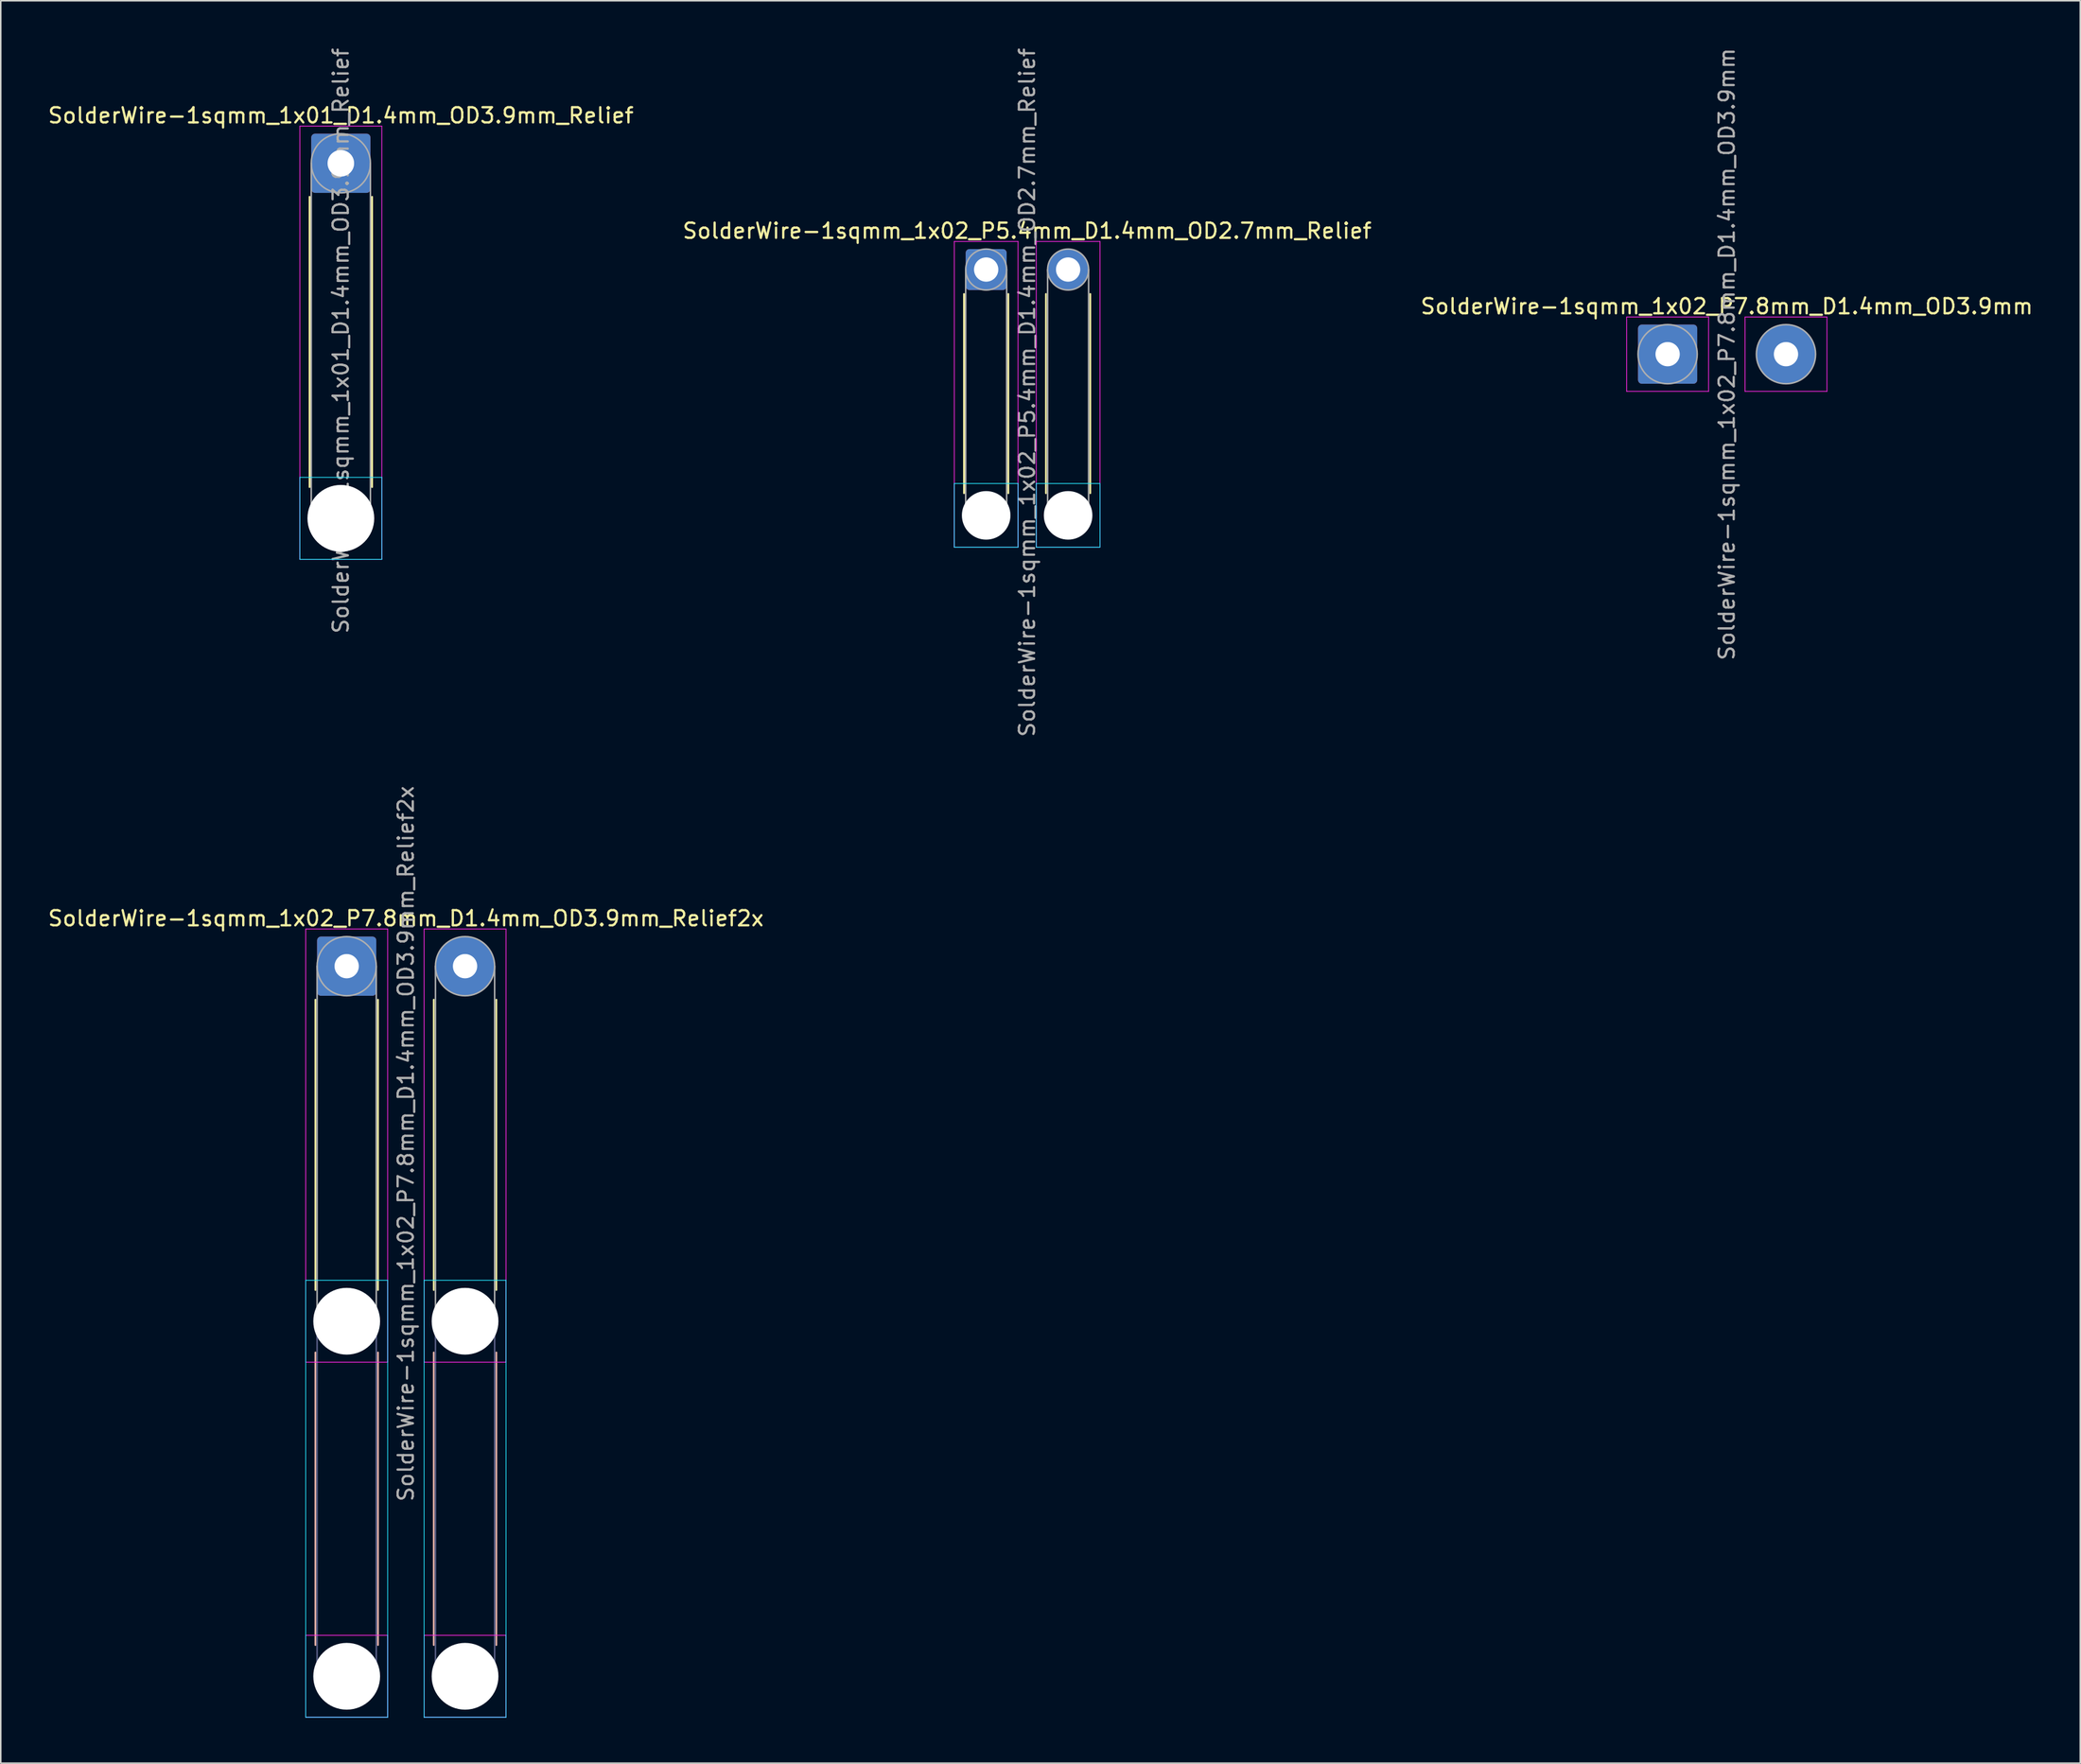
<source format=kicad_pcb>
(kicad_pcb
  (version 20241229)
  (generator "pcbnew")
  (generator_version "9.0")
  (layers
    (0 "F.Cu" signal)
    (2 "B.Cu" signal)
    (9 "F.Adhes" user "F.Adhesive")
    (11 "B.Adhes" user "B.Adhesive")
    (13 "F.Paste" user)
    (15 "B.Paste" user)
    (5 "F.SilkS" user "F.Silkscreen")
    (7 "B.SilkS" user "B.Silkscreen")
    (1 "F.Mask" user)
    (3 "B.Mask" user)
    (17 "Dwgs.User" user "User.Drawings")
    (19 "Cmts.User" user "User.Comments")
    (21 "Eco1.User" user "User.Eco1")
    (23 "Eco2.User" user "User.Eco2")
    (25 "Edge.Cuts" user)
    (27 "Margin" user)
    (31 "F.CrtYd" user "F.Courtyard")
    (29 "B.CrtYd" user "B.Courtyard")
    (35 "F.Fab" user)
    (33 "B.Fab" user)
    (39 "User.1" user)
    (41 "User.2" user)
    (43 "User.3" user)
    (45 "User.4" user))
  (footprint "SolderWire-1sqmm_1x02_P7.8mm_D1.4mm_OD3.9mm_Relief2x"
    (layer "F.Cu")
    (at 19.796 60.627)
    (property "Reference" "SolderWire-1sqmm_1x02_P7.8mm_D1.4mm_OD3.9mm_Relief2x" (at 3.9 -3.15 0) (layer "F.SilkS") (effects (font (size 1 1) (thickness 0.15))))
    (attr exclude_from_pos_files exclude_from_bom)
    (fp_line (start -2.06 2.21) (end -2.06 21.34) (stroke (width 0.12) (type solid)) (layer "F.SilkS"))
    (fp_line (start 2.06 2.21) (end 2.06 21.34) (stroke (width 0.12) (type solid)) (layer "F.SilkS"))
    (fp_line (start 5.74 2.21) (end 5.74 21.34) (stroke (width 0.12) (type solid)) (layer "F.SilkS"))
    (fp_line (start 9.86 2.21) (end 9.86 21.34) (stroke (width 0.12) (type solid)) (layer "F.SilkS"))
    (fp_line (start -2.06 25.46) (end -2.06 44.74) (stroke (width 0.12) (type solid)) (layer "B.SilkS"))
    (fp_line (start 2.06 25.46) (end 2.06 44.74) (stroke (width 0.12) (type solid)) (layer "B.SilkS"))
    (fp_line (start 5.74 25.46) (end 5.74 44.74) (stroke (width 0.12) (type solid)) (layer "B.SilkS"))
    (fp_line (start 9.86 25.46) (end 9.86 44.74) (stroke (width 0.12) (type solid)) (layer "B.SilkS"))
    (fp_line (start -2.7 20.7) (end -2.7 49.5) (stroke (width 0.05) (type solid)) (layer "B.CrtYd"))
    (fp_line (start -2.7 49.5) (end 2.7 49.5) (stroke (width 0.05) (type solid)) (layer "B.CrtYd"))
    (fp_line (start 2.7 20.7) (end -2.7 20.7) (stroke (width 0.05) (type solid)) (layer "B.CrtYd"))
    (fp_line (start 2.7 49.5) (end 2.7 20.7) (stroke (width 0.05) (type solid)) (layer "B.CrtYd"))
    (fp_line (start 5.1 20.7) (end 5.1 49.5) (stroke (width 0.05) (type solid)) (layer "B.CrtYd"))
    (fp_line (start 5.1 49.5) (end 10.5 49.5) (stroke (width 0.05) (type solid)) (layer "B.CrtYd"))
    (fp_line (start 10.5 20.7) (end 5.1 20.7) (stroke (width 0.05) (type solid)) (layer "B.CrtYd"))
    (fp_line (start 10.5 49.5) (end 10.5 20.7) (stroke (width 0.05) (type solid)) (layer "B.CrtYd"))
    (fp_line (start -2.7 -2.45) (end -2.7 26.1) (stroke (width 0.05) (type solid)) (layer "F.CrtYd"))
    (fp_line (start -2.7 26.1) (end 2.7 26.1) (stroke (width 0.05) (type solid)) (layer "F.CrtYd"))
    (fp_line (start -2.7 44.1) (end -2.7 49.5) (stroke (width 0.05) (type solid)) (layer "F.CrtYd"))
    (fp_line (start -2.7 49.5) (end 2.7 49.5) (stroke (width 0.05) (type solid)) (layer "F.CrtYd"))
    (fp_line (start 2.7 -2.45) (end -2.7 -2.45) (stroke (width 0.05) (type solid)) (layer "F.CrtYd"))
    (fp_line (start 2.7 26.1) (end 2.7 -2.45) (stroke (width 0.05) (type solid)) (layer "F.CrtYd"))
    (fp_line (start 2.7 44.1) (end -2.7 44.1) (stroke (width 0.05) (type solid)) (layer "F.CrtYd"))
    (fp_line (start 2.7 49.5) (end 2.7 44.1) (stroke (width 0.05) (type solid)) (layer "F.CrtYd"))
    (fp_line (start 5.1 -2.45) (end 5.1 26.1) (stroke (width 0.05) (type solid)) (layer "F.CrtYd"))
    (fp_line (start 5.1 26.1) (end 10.5 26.1) (stroke (width 0.05) (type solid)) (layer "F.CrtYd"))
    (fp_line (start 5.1 44.1) (end 5.1 49.5) (stroke (width 0.05) (type solid)) (layer "F.CrtYd"))
    (fp_line (start 5.1 49.5) (end 10.5 49.5) (stroke (width 0.05) (type solid)) (layer "F.CrtYd"))
    (fp_line (start 10.5 -2.45) (end 5.1 -2.45) (stroke (width 0.05) (type solid)) (layer "F.CrtYd"))
    (fp_line (start 10.5 26.1) (end 10.5 -2.45) (stroke (width 0.05) (type solid)) (layer "F.CrtYd"))
    (fp_line (start 10.5 44.1) (end 5.1 44.1) (stroke (width 0.05) (type solid)) (layer "F.CrtYd"))
    (fp_line (start 10.5 49.5) (end 10.5 44.1) (stroke (width 0.05) (type solid)) (layer "F.CrtYd"))
    (fp_line (start -1.95 23.4) (end -1.95 46.8) (stroke (width 0.1) (type solid)) (layer "B.Fab"))
    (fp_line (start 1.95 23.4) (end 1.95 46.8) (stroke (width 0.1) (type solid)) (layer "B.Fab"))
    (fp_line (start 5.85 23.4) (end 5.85 46.8) (stroke (width 0.1) (type solid)) (layer "B.Fab"))
    (fp_line (start 9.75 23.4) (end 9.75 46.8) (stroke (width 0.1) (type solid)) (layer "B.Fab"))
    (fp_circle (center 0 23.4) (end 1.95 23.4) (stroke (width 0.1) (type solid)) (fill no) (layer "B.Fab"))
    (fp_circle (center 0 46.8) (end 1.95 46.8) (stroke (width 0.1) (type solid)) (fill no) (layer "B.Fab"))
    (fp_circle (center 7.8 23.4) (end 9.75 23.4) (stroke (width 0.1) (type solid)) (fill no) (layer "B.Fab"))
    (fp_circle (center 7.8 46.8) (end 9.75 46.8) (stroke (width 0.1) (type solid)) (fill no) (layer "B.Fab"))
    (fp_line (start -1.95 0) (end -1.95 23.4) (stroke (width 0.1) (type solid)) (layer "F.Fab"))
    (fp_line (start 1.95 0) (end 1.95 23.4) (stroke (width 0.1) (type solid)) (layer "F.Fab"))
    (fp_line (start 5.85 0) (end 5.85 23.4) (stroke (width 0.1) (type solid)) (layer "F.Fab"))
    (fp_line (start 9.75 0) (end 9.75 23.4) (stroke (width 0.1) (type solid)) (layer "F.Fab"))
    (fp_circle (center 0 0) (end 1.95 0) (stroke (width 0.1) (type solid)) (fill no) (layer "F.Fab"))
    (fp_circle (center 0 23.4) (end 1.95 23.4) (stroke (width 0.1) (type solid)) (fill no) (layer "F.Fab"))
    (fp_circle (center 0 46.8) (end 1.95 46.8) (stroke (width 0.1) (type solid)) (fill no) (layer "F.Fab"))
    (fp_circle (center 7.8 0) (end 9.75 0) (stroke (width 0.1) (type solid)) (fill no) (layer "F.Fab"))
    (fp_circle (center 7.8 23.4) (end 9.75 23.4) (stroke (width 0.1) (type solid)) (fill no) (layer "F.Fab"))
    (fp_circle (center 7.8 46.8) (end 9.75 46.8) (stroke (width 0.1) (type solid)) (fill no) (layer "F.Fab"))
    (fp_text user "${REFERENCE}" (at 3.9 11.7 90) (layer "F.Fab") (effects (font (size 1 1) (thickness 0.15))))
    (pad "" np_thru_hole circle (at 0 23.4) (size 4.4 4.4) (drill 4.4) (layers "*.Cu" "*.Mask"))
    (pad "" np_thru_hole circle (at 0 46.8) (size 4.4 4.4) (drill 4.4) (layers "*.Cu" "*.Mask"))
    (pad "" np_thru_hole circle (at 7.8 23.4) (size 4.4 4.4) (drill 4.4) (layers "*.Cu" "*.Mask"))
    (pad "" np_thru_hole circle (at 7.8 46.8) (size 4.4 4.4) (drill 4.4) (layers "*.Cu" "*.Mask"))
    (pad "1" thru_hole roundrect (at 0 0) (size 3.9 3.9) (drill 1.6) (layers "*.Cu" "*.Mask") (roundrect_rratio 0.064))
    (pad "2" thru_hole circle (at 7.8 0) (size 3.9 3.9) (drill 1.6) (layers "*.Cu" "*.Mask")))
  (footprint "SolderWire-1sqmm_1x01_D1.4mm_OD3.9mm_Relief"
    (layer "F.Cu")
    (at 19.411 7.711)
    (property "Reference" "SolderWire-1sqmm_1x01_D1.4mm_OD3.9mm_Relief" (at 0 -3.15 0) (layer "F.SilkS") (effects (font (size 1 1) (thickness 0.15))))
    (attr exclude_from_pos_files exclude_from_bom)
    (fp_line (start -2.06 2.21) (end -2.06 21.34) (stroke (width 0.12) (type solid)) (layer "F.SilkS"))
    (fp_line (start 2.06 2.21) (end 2.06 21.34) (stroke (width 0.12) (type solid)) (layer "F.SilkS"))
    (fp_line (start -2.7 20.7) (end -2.7 26.1) (stroke (width 0.05) (type solid)) (layer "B.CrtYd"))
    (fp_line (start -2.7 26.1) (end 2.7 26.1) (stroke (width 0.05) (type solid)) (layer "B.CrtYd"))
    (fp_line (start 2.7 20.7) (end -2.7 20.7) (stroke (width 0.05) (type solid)) (layer "B.CrtYd"))
    (fp_line (start 2.7 26.1) (end 2.7 20.7) (stroke (width 0.05) (type solid)) (layer "B.CrtYd"))
    (fp_line (start -2.7 -2.45) (end -2.7 26.1) (stroke (width 0.05) (type solid)) (layer "F.CrtYd"))
    (fp_line (start -2.7 26.1) (end 2.7 26.1) (stroke (width 0.05) (type solid)) (layer "F.CrtYd"))
    (fp_line (start 2.7 -2.45) (end -2.7 -2.45) (stroke (width 0.05) (type solid)) (layer "F.CrtYd"))
    (fp_line (start 2.7 26.1) (end 2.7 -2.45) (stroke (width 0.05) (type solid)) (layer "F.CrtYd"))
    (fp_line (start -1.95 0) (end -1.95 23.4) (stroke (width 0.1) (type solid)) (layer "F.Fab"))
    (fp_line (start 1.95 0) (end 1.95 23.4) (stroke (width 0.1) (type solid)) (layer "F.Fab"))
    (fp_circle (center 0 0) (end 1.95 0) (stroke (width 0.1) (type solid)) (fill no) (layer "F.Fab"))
    (fp_circle (center 0 23.4) (end 1.95 23.4) (stroke (width 0.1) (type solid)) (fill no) (layer "F.Fab"))
    (fp_text user "${REFERENCE}" (at 0 11.7 90) (layer "F.Fab") (effects (font (size 1 1) (thickness 0.15))))
    (pad "" np_thru_hole circle (at 0 23.4) (size 4.4 4.4) (drill 4.4) (layers "*.Cu" "*.Mask"))
    (pad "1" thru_hole roundrect (at 0 0) (size 3.9 3.9) (drill 1.75) (layers "*.Cu" "*.Mask") (roundrect_rratio 0.064)))
  (footprint "SolderWire-1sqmm_1x02_P5.4mm_D1.4mm_OD2.7mm_Relief"
    (layer "F.Cu")
    (at 61.937 14.715)
    (property "Reference" "SolderWire-1sqmm_1x02_P5.4mm_D1.4mm_OD2.7mm_Relief" (at 2.7 -2.55 0) (layer "F.SilkS") (effects (font (size 1 1) (thickness 0.15))))
    (attr exclude_from_pos_files exclude_from_bom)
    (fp_line (start -1.46 1.61) (end -1.46 14.74) (stroke (width 0.12) (type solid)) (layer "F.SilkS"))
    (fp_line (start 1.46 1.61) (end 1.46 14.74) (stroke (width 0.12) (type solid)) (layer "F.SilkS"))
    (fp_line (start 3.94 1.61) (end 3.94 14.74) (stroke (width 0.12) (type solid)) (layer "F.SilkS"))
    (fp_line (start 6.86 1.61) (end 6.86 14.74) (stroke (width 0.12) (type solid)) (layer "F.SilkS"))
    (fp_line (start -2.1 14.1) (end -2.1 18.3) (stroke (width 0.05) (type solid)) (layer "B.CrtYd"))
    (fp_line (start -2.1 18.3) (end 2.1 18.3) (stroke (width 0.05) (type solid)) (layer "B.CrtYd"))
    (fp_line (start 2.1 14.1) (end -2.1 14.1) (stroke (width 0.05) (type solid)) (layer "B.CrtYd"))
    (fp_line (start 2.1 18.3) (end 2.1 14.1) (stroke (width 0.05) (type solid)) (layer "B.CrtYd"))
    (fp_line (start 3.3 14.1) (end 3.3 18.3) (stroke (width 0.05) (type solid)) (layer "B.CrtYd"))
    (fp_line (start 3.3 18.3) (end 7.5 18.3) (stroke (width 0.05) (type solid)) (layer "B.CrtYd"))
    (fp_line (start 7.5 14.1) (end 3.3 14.1) (stroke (width 0.05) (type solid)) (layer "B.CrtYd"))
    (fp_line (start 7.5 18.3) (end 7.5 14.1) (stroke (width 0.05) (type solid)) (layer "B.CrtYd"))
    (fp_line (start -2.1 -1.85) (end -2.1 18.3) (stroke (width 0.05) (type solid)) (layer "F.CrtYd"))
    (fp_line (start -2.1 18.3) (end 2.1 18.3) (stroke (width 0.05) (type solid)) (layer "F.CrtYd"))
    (fp_line (start 2.1 -1.85) (end -2.1 -1.85) (stroke (width 0.05) (type solid)) (layer "F.CrtYd"))
    (fp_line (start 2.1 18.3) (end 2.1 -1.85) (stroke (width 0.05) (type solid)) (layer "F.CrtYd"))
    (fp_line (start 3.3 -1.85) (end 3.3 18.3) (stroke (width 0.05) (type solid)) (layer "F.CrtYd"))
    (fp_line (start 3.3 18.3) (end 7.5 18.3) (stroke (width 0.05) (type solid)) (layer "F.CrtYd"))
    (fp_line (start 7.5 -1.85) (end 3.3 -1.85) (stroke (width 0.05) (type solid)) (layer "F.CrtYd"))
    (fp_line (start 7.5 18.3) (end 7.5 -1.85) (stroke (width 0.05) (type solid)) (layer "F.CrtYd"))
    (fp_line (start -1.35 0) (end -1.35 16.2) (stroke (width 0.1) (type solid)) (layer "F.Fab"))
    (fp_line (start 1.35 0) (end 1.35 16.2) (stroke (width 0.1) (type solid)) (layer "F.Fab"))
    (fp_line (start 4.05 0) (end 4.05 16.2) (stroke (width 0.1) (type solid)) (layer "F.Fab"))
    (fp_line (start 6.75 0) (end 6.75 16.2) (stroke (width 0.1) (type solid)) (layer "F.Fab"))
    (fp_circle (center 0 0) (end 1.35 0) (stroke (width 0.1) (type solid)) (fill no) (layer "F.Fab"))
    (fp_circle (center 0 16.2) (end 1.35 16.2) (stroke (width 0.1) (type solid)) (fill no) (layer "F.Fab"))
    (fp_circle (center 5.4 0) (end 6.75 0) (stroke (width 0.1) (type solid)) (fill no) (layer "F.Fab"))
    (fp_circle (center 5.4 16.2) (end 6.75 16.2) (stroke (width 0.1) (type solid)) (fill no) (layer "F.Fab"))
    (fp_text user "${REFERENCE}" (at 2.7 8.1 90) (layer "F.Fab") (effects (font (size 1 1) (thickness 0.15))))
    (pad "" np_thru_hole circle (at 0 16.2) (size 3.2 3.2) (drill 3.2) (layers "*.Cu" "*.Mask"))
    (pad "" np_thru_hole circle (at 5.4 16.2) (size 3.2 3.2) (drill 3.2) (layers "*.Cu" "*.Mask"))
    (pad "1" thru_hole roundrect (at 0 0) (size 2.7 2.7) (drill 1.6) (layers "*.Cu" "*.Mask") (roundrect_rratio 0.093))
    (pad "2" thru_hole circle (at 5.4 0) (size 2.7 2.7) (drill 1.6) (layers "*.Cu" "*.Mask")))
  (footprint "SolderWire-1sqmm_1x02_P7.8mm_D1.4mm_OD3.9mm"
    (layer "F.Cu")
    (at 106.844 20.292)
    (property "Reference" "SolderWire-1sqmm_1x02_P7.8mm_D1.4mm_OD3.9mm" (at 3.9 -3.15 0) (layer "F.SilkS") (effects (font (size 1 1) (thickness 0.15))))
    (attr exclude_from_pos_files exclude_from_bom)
    (fp_line (start -2.7 -2.45) (end -2.7 2.45) (stroke (width 0.05) (type solid)) (layer "F.CrtYd"))
    (fp_line (start -2.7 2.45) (end 2.7 2.45) (stroke (width 0.05) (type solid)) (layer "F.CrtYd"))
    (fp_line (start 2.7 -2.45) (end -2.7 -2.45) (stroke (width 0.05) (type solid)) (layer "F.CrtYd"))
    (fp_line (start 2.7 2.45) (end 2.7 -2.45) (stroke (width 0.05) (type solid)) (layer "F.CrtYd"))
    (fp_line (start 5.1 -2.45) (end 5.1 2.45) (stroke (width 0.05) (type solid)) (layer "F.CrtYd"))
    (fp_line (start 5.1 2.45) (end 10.5 2.45) (stroke (width 0.05) (type solid)) (layer "F.CrtYd"))
    (fp_line (start 10.5 -2.45) (end 5.1 -2.45) (stroke (width 0.05) (type solid)) (layer "F.CrtYd"))
    (fp_line (start 10.5 2.45) (end 10.5 -2.45) (stroke (width 0.05) (type solid)) (layer "F.CrtYd"))
    (fp_circle (center 0 0) (end 1.95 0) (stroke (width 0.1) (type solid)) (fill no) (layer "F.Fab"))
    (fp_circle (center 7.8 0) (end 9.75 0) (stroke (width 0.1) (type solid)) (fill no) (layer "F.Fab"))
    (fp_text user "${REFERENCE}" (at 3.9 0 90) (layer "F.Fab") (effects (font (size 1 1) (thickness 0.15))))
    (pad "1" thru_hole roundrect (at 0 0) (size 3.9 3.9) (drill 1.6) (layers "*.Cu" "*.Mask") (roundrect_rratio 0.064))
    (pad "2" thru_hole circle (at 7.8 0) (size 3.9 3.9) (drill 1.6) (layers "*.Cu" "*.Mask")))
  (gr_rect
    (start -3 -3)
    (end 134.036 113.152)
    (stroke (width 0.1) (type default))
    (fill no)
    (layer "Edge.Cuts")))
</source>
